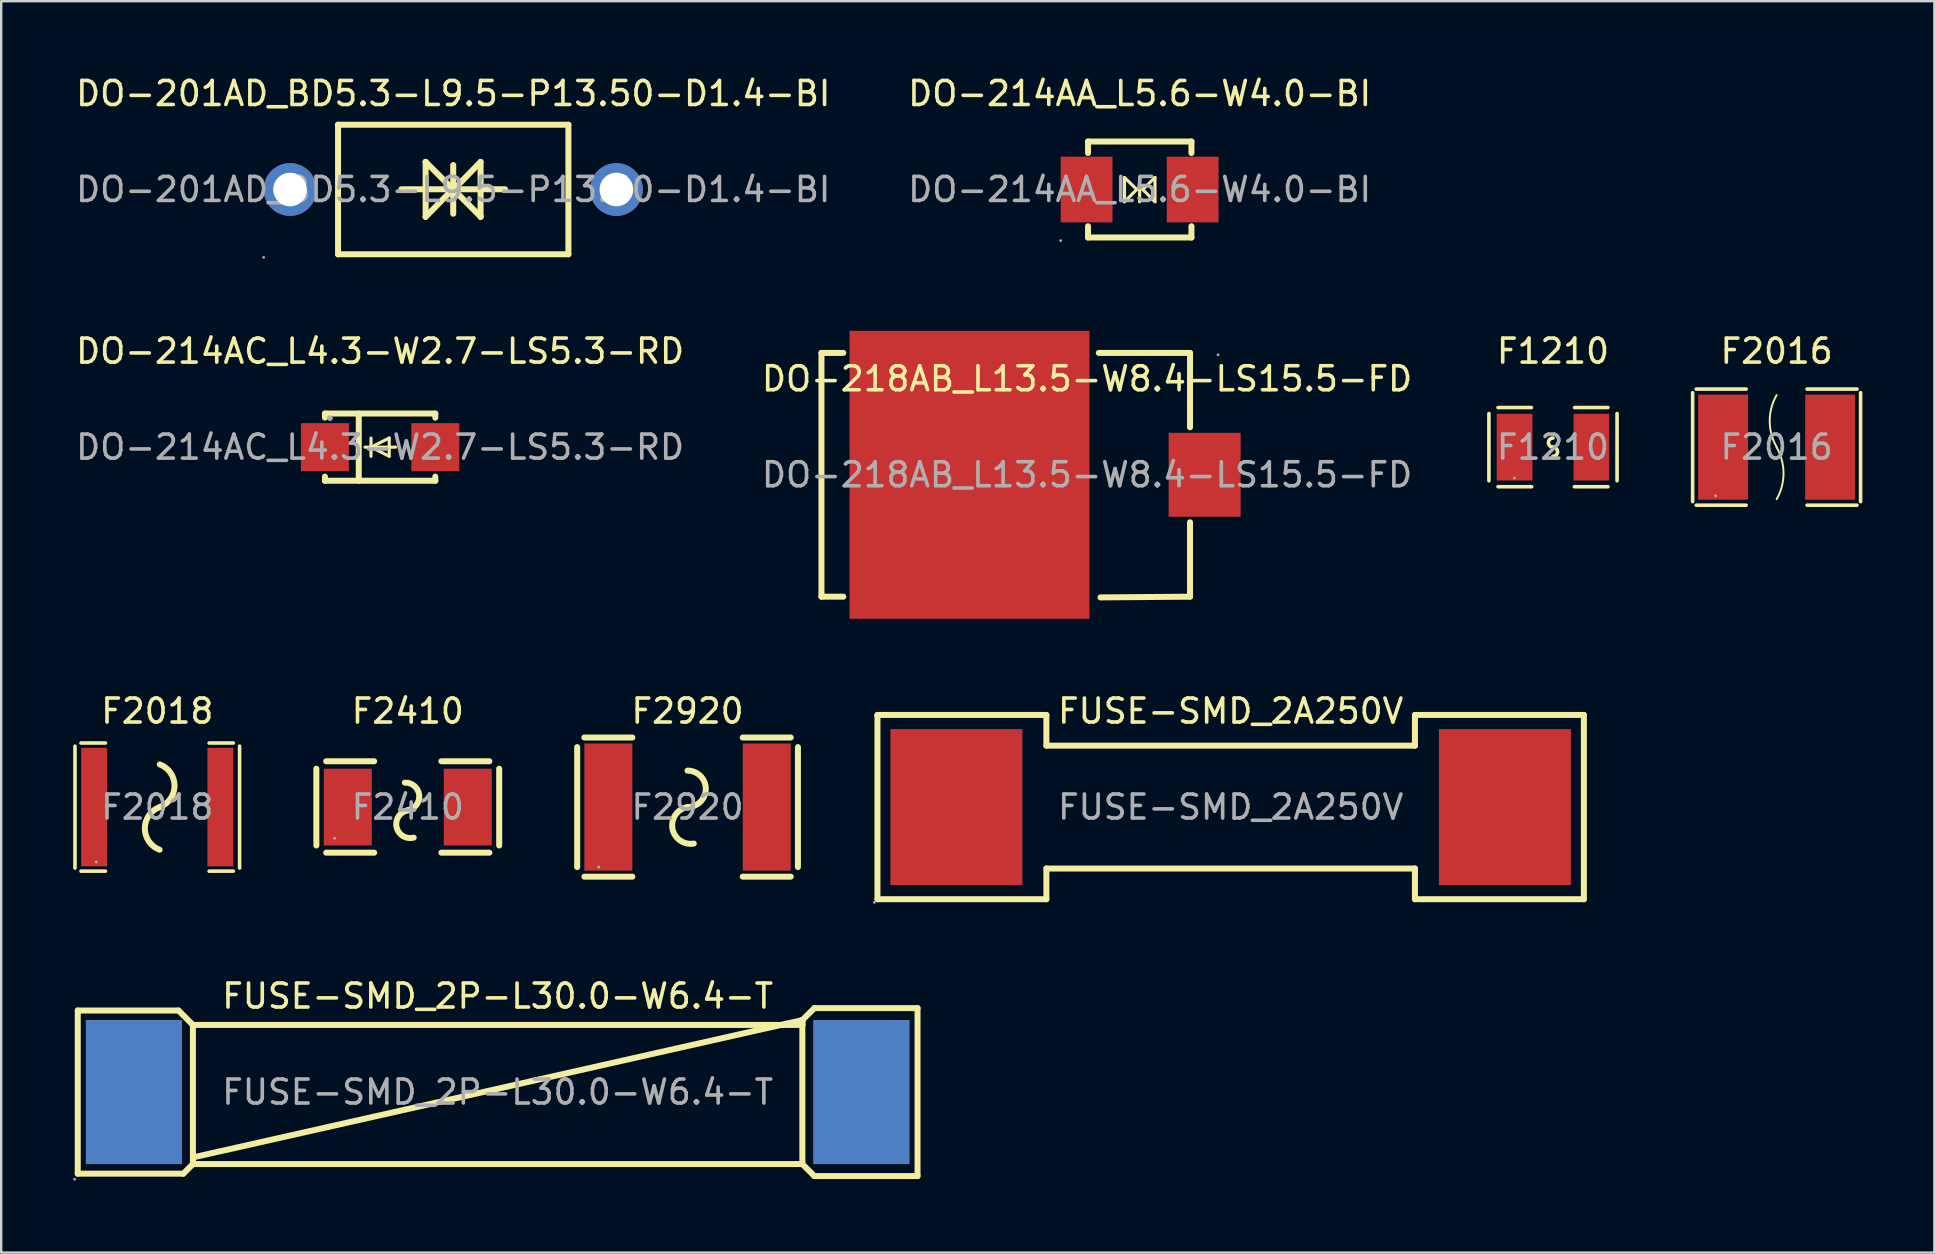
<source format=kicad_pcb>
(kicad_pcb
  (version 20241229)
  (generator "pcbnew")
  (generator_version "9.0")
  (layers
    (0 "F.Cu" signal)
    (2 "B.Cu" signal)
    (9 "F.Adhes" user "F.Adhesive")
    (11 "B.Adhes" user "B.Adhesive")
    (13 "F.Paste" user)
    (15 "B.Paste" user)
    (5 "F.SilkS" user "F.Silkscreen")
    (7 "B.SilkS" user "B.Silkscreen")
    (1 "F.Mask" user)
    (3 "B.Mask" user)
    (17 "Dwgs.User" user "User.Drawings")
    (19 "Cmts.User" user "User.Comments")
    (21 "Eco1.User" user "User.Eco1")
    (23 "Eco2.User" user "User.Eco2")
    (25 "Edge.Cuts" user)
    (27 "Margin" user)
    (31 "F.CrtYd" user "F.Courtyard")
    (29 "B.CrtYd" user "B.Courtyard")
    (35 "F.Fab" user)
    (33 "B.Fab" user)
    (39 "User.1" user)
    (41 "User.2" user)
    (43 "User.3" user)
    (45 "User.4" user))
  (footprint "DO-214AA_L5.6-W4.0-BI"
    (layer "F.Cu")
    (at 44.446 4.848)
    (property "Reference" "DO-214AA_L5.6-W4.0-BI" (at 0 -4 0) (layer "F.SilkS") (effects (font (size 1 1) (thickness 0.15))))
    (attr through_hole)
    (fp_line (start -2.15 -2) (end 2.16 -2) (stroke (width 0.25) (type solid)) (layer "F.SilkS"))
    (fp_line (start -2.15 -1.52) (end -2.15 -2) (stroke (width 0.25) (type solid)) (layer "F.SilkS"))
    (fp_line (start -2.15 1.53) (end -2.15 2) (stroke (width 0.25) (type solid)) (layer "F.SilkS"))
    (fp_line (start -2.15 2) (end 2.16 2) (stroke (width 0.25) (type solid)) (layer "F.SilkS"))
    (fp_line (start -0.63 -0.5) (end -0.12 0) (stroke (width 0.13) (type solid)) (layer "F.SilkS"))
    (fp_line (start -0.63 0.51) (end -0.63 -0.5) (stroke (width 0.13) (type solid)) (layer "F.SilkS"))
    (fp_line (start -0.12 0) (end -0.63 0.51) (stroke (width 0.13) (type solid)) (layer "F.SilkS"))
    (fp_line (start 0 0.51) (end 0 -0.5) (stroke (width 0.13) (type solid)) (layer "F.SilkS"))
    (fp_line (start 0.13 0) (end 0.64 -0.5) (stroke (width 0.13) (type solid)) (layer "F.SilkS"))
    (fp_line (start 0.64 -0.5) (end 0.64 0.51) (stroke (width 0.13) (type solid)) (layer "F.SilkS"))
    (fp_line (start 0.64 0.51) (end 0.13 0) (stroke (width 0.13) (type solid)) (layer "F.SilkS"))
    (fp_line (start 2.16 -2) (end 2.16 -1.52) (stroke (width 0.25) (type solid)) (layer "F.SilkS"))
    (fp_line (start 2.16 2) (end 2.16 1.53) (stroke (width 0.25) (type solid)) (layer "F.SilkS"))
    (fp_circle (center -3.29 2.13) (end -3.26 2.13) (stroke (width 0.06) (type solid)) (fill no) (layer "F.Fab"))
    (fp_text user "${REFERENCE}" (at 0 0 0) (layer "F.Fab") (effects (font (size 1 1) (thickness 0.15))))
    (pad "1" smd rect (at -2.21 0 180) (size 2.16 2.74) (layers "F.Cu" "F.Mask" "F.Paste"))
    (pad "2" smd rect (at 2.21 0 180) (size 2.16 2.74) (layers "F.Cu" "F.Mask" "F.Paste")))
  (footprint "DO-218AB_L13.5-W8.4-LS15.5-FD"
    (layer "F.Cu")
    (at 42.256 16.738)
    (property "Reference" "DO-218AB_L13.5-W8.4-LS15.5-FD" (at 0 -4 0) (layer "F.SilkS") (effects (font (size 1 1) (thickness 0.15))))
    (attr through_hole)
    (fp_line (start -11.07 -5.08) (end -10.16 -5.08) (stroke (width 0.25) (type solid)) (layer "F.SilkS"))
    (fp_line (start -11.07 5.08) (end -11.07 -5.08) (stroke (width 0.25) (type solid)) (layer "F.SilkS"))
    (fp_line (start -10.16 5.08) (end -11.07 5.08) (stroke (width 0.25) (type solid)) (layer "F.SilkS"))
    (fp_line (start 0.49 -5.08) (end 4.29 -5.08) (stroke (width 0.25) (type solid)) (layer "F.SilkS"))
    (fp_line (start 4.29 -5.08) (end 4.29 -1.98) (stroke (width 0.25) (type solid)) (layer "F.SilkS"))
    (fp_line (start 4.29 1.98) (end 4.29 5.08) (stroke (width 0.25) (type solid)) (layer "F.SilkS"))
    (fp_line (start 4.29 5.08) (end 0.56 5.11) (stroke (width 0.25) (type solid)) (layer "F.SilkS"))
    (fp_circle (center 5.46 -5) (end 5.49 -5) (stroke (width 0.06) (type solid)) (fill no) (layer "F.Fab"))
    (fp_text user "${REFERENCE}" (at 0 0 0) (layer "F.Fab") (effects (font (size 1 1) (thickness 0.15))))
    (pad "1" smd rect (at 4.9 0 90) (size 3.5 3) (layers "F.Cu" "F.Mask" "F.Paste"))
    (pad "2" smd rect (at -4.9 0 90) (size 12 10) (layers "F.Cu" "F.Mask" "F.Paste")))
  (footprint "F2410"
    (layer "F.Cu")
    (at 13.945 30.587)
    (property "Reference" "F2410" (at 0 -4 0) (layer "F.SilkS") (effects (font (size 1 1) (thickness 0.15))))
    (attr through_hole)
    (fp_line (start -3.81 -1.6) (end -3.81 1.6) (stroke (width 0.25) (type solid)) (layer "F.SilkS"))
    (fp_line (start -3.4 -1.91) (end -1.4 -1.91) (stroke (width 0.25) (type solid)) (layer "F.SilkS"))
    (fp_line (start -3.4 1.9) (end -1.4 1.9) (stroke (width 0.25) (type solid)) (layer "F.SilkS"))
    (fp_line (start 1.4 -1.91) (end 3.4 -1.91) (stroke (width 0.25) (type solid)) (layer "F.SilkS"))
    (fp_line (start 1.4 1.9) (end 3.4 1.9) (stroke (width 0.25) (type solid)) (layer "F.SilkS"))
    (fp_line (start 3.81 -1.6) (end 3.81 1.6) (stroke (width 0.25) (type solid)) (layer "F.SilkS"))
    (fp_arc (start -0.121919 -1.01829) (mid 0.475471 -0.5011) (end 0 0.13) (stroke (width 0.25) (type solid)) (layer "F.SilkS"))
    (fp_arc (start 0.247073 1.271845) (mid -0.477747 0.769236) (end 0.13 0.13) (stroke (width 0.25) (type solid)) (layer "F.SilkS"))
    (fp_circle (center -3.05 1.3) (end -3.02 1.3) (stroke (width 0.06) (type solid)) (fill no) (layer "F.Fab"))
    (fp_text user "${REFERENCE}" (at 0 0 0) (layer "F.Fab") (effects (font (size 1 1) (thickness 0.15))))
    (pad "1" smd rect (at -2.5 0) (size 2 3.2) (layers "F.Cu" "F.Mask" "F.Paste"))
    (pad "2" smd rect (at 2.5 0) (size 2 3.2) (layers "F.Cu" "F.Mask" "F.Paste")))
  (footprint "F2018"
    (layer "F.Cu")
    (at 3.505 30.587)
    (property "Reference" "F2018" (at 0 -4 0) (layer "F.SilkS") (effects (font (size 1 1) (thickness 0.15))))
    (attr through_hole)
    (fp_line (start -3.43 2.54) (end -3.43 -2.54) (stroke (width 0.15) (type solid)) (layer "F.SilkS"))
    (fp_line (start -3.18 2.67) (end -2.16 2.67) (stroke (width 0.15) (type solid)) (layer "F.SilkS"))
    (fp_line (start -2.16 -2.67) (end -3.18 -2.67) (stroke (width 0.15) (type solid)) (layer "F.SilkS"))
    (fp_line (start 2.16 2.67) (end 3.17 2.67) (stroke (width 0.15) (type solid)) (layer "F.SilkS"))
    (fp_line (start 3.17 -2.67) (end 2.16 -2.67) (stroke (width 0.15) (type solid)) (layer "F.SilkS"))
    (fp_line (start 3.43 -2.54) (end 3.43 2.54) (stroke (width 0.15) (type solid)) (layer "F.SilkS"))
    (fp_arc (start 0.096092 1.778541) (mid -0.519208 0.887914) (end 0.1 0) (stroke (width 0.25) (type solid)) (layer "F.SilkS"))
    (fp_arc (start 0.103908 -1.778541) (mid 0.719208 -0.887914) (end 0.1 0) (stroke (width 0.25) (type solid)) (layer "F.SilkS"))
    (fp_circle (center -2.54 2.29) (end -2.51 2.29) (stroke (width 0.06) (type solid)) (fill no) (layer "F.Fab"))
    (fp_text user "${REFERENCE}" (at 0 0 0) (layer "F.Fab") (effects (font (size 1 1) (thickness 0.15))))
    (pad "1" smd rect (at -2.63 0) (size 1.08 4.94) (layers "F.Cu" "F.Mask" "F.Paste"))
    (pad "2" smd rect (at 2.63 0) (size 1.08 4.94) (layers "F.Cu" "F.Mask" "F.Paste")))
  (footprint "DO-214AC_L4.3-W2.7-LS5.3-RD"
    (layer "F.Cu")
    (at 12.792 15.586)
    (property "Reference" "DO-214AC_L4.3-W2.7-LS5.3-RD" (at 0 -4 0) (layer "F.SilkS") (effects (font (size 1 1) (thickness 0.15))))
    (attr through_hole)
    (fp_line (start -2.3 -1.4) (end -2.3 -1.23) (stroke (width 0.25) (type solid)) (layer "F.SilkS"))
    (fp_line (start -2.3 -1.4) (end 2.3 -1.4) (stroke (width 0.25) (type solid)) (layer "F.SilkS"))
    (fp_line (start -2.3 1.23) (end -2.3 1.4) (stroke (width 0.25) (type solid)) (layer "F.SilkS"))
    (fp_line (start -2.3 1.4) (end 2.3 1.4) (stroke (width 0.25) (type solid)) (layer "F.SilkS"))
    (fp_line (start -0.89 1.4) (end -0.89 -1.4) (stroke (width 0.25) (type solid)) (layer "F.SilkS"))
    (fp_line (start -0.38 0) (end -0.38 -0.38) (stroke (width 0.13) (type solid)) (layer "F.SilkS"))
    (fp_line (start -0.38 0) (end -0.38 0.38) (stroke (width 0.13) (type solid)) (layer "F.SilkS"))
    (fp_line (start 0.38 -0.38) (end -0.38 0) (stroke (width 0.13) (type solid)) (layer "F.SilkS"))
    (fp_line (start 0.38 0) (end 0.38 -0.38) (stroke (width 0.13) (type solid)) (layer "F.SilkS"))
    (fp_line (start 0.38 0) (end 0.38 0.38) (stroke (width 0.13) (type solid)) (layer "F.SilkS"))
    (fp_line (start 0.38 0.38) (end -0.38 0) (stroke (width 0.13) (type solid)) (layer "F.SilkS"))
    (fp_line (start 0.64 0) (end -0.63 0) (stroke (width 0.13) (type solid)) (layer "F.SilkS"))
    (fp_line (start 2.3 -1.4) (end 2.3 -1.23) (stroke (width 0.25) (type solid)) (layer "F.SilkS"))
    (fp_line (start 2.3 1.23) (end 2.3 1.4) (stroke (width 0.25) (type solid)) (layer "F.SilkS"))
    (fp_circle (center -2.09 -1.21) (end -2.03 -1.21) (stroke (width 0.12) (type solid)) (fill no) (layer "F.Fab"))
    (fp_text user "${REFERENCE}" (at 0 0 0) (layer "F.Fab") (effects (font (size 1 1) (thickness 0.15))))
    (pad "1" smd rect (at -2.3 0 180) (size 2 2) (layers "F.Cu" "F.Mask" "F.Paste"))
    (pad "2" smd rect (at 2.3 0 180) (size 2 2) (layers "F.Cu" "F.Mask" "F.Paste")))
  (footprint "F2016"
    (layer "F.Cu")
    (at 70.994 15.586)
    (property "Reference" "F2016" (at 0 -4 0) (layer "F.SilkS") (effects (font (size 1 1) (thickness 0.15))))
    (attr through_hole)
    (fp_line (start -3.5 -2.27) (end -3.5 2.27) (stroke (width 0.15) (type solid)) (layer "F.SilkS"))
    (fp_line (start -3.35 2.42) (end -1.27 2.42) (stroke (width 0.15) (type solid)) (layer "F.SilkS"))
    (fp_line (start -1.27 -2.42) (end -3.35 -2.42) (stroke (width 0.15) (type solid)) (layer "F.SilkS"))
    (fp_line (start 1.27 -2.42) (end 3.35 -2.42) (stroke (width 0.15) (type solid)) (layer "F.SilkS"))
    (fp_line (start 3.35 2.42) (end 1.27 2.42) (stroke (width 0.15) (type solid)) (layer "F.SilkS"))
    (fp_line (start 3.5 -2.27) (end 3.5 2.27) (stroke (width 0.15) (type solid)) (layer "F.SilkS"))
    (fp_arc (start -0.004693 0.001872) (mid 0.288128 1.085307) (end 0 2.17) (stroke (width 0.08) (type solid)) (layer "F.SilkS"))
    (fp_arc (start 0.004693 -0.001872) (mid -0.288128 -1.085307) (end 0 -2.17) (stroke (width 0.08) (type solid)) (layer "F.SilkS"))
    (fp_circle (center -2.54 2.03) (end -2.51 2.03) (stroke (width 0.06) (type solid)) (fill no) (layer "F.Fab"))
    (fp_text user "${REFERENCE}" (at 0 0 0) (layer "F.Fab") (effects (font (size 1 1) (thickness 0.15))))
    (pad "1" smd rect (at -2.23 0) (size 2.08 4.38) (layers "F.Cu" "F.Mask" "F.Paste"))
    (pad "2" smd rect (at 2.23 0) (size 2.08 4.38) (layers "F.Cu" "F.Mask" "F.Paste")))
  (footprint "F2920"
    (layer "F.Cu")
    (at 25.605 30.587)
    (property "Reference" "F2920" (at 0 -4 0) (layer "F.SilkS") (effects (font (size 1 1) (thickness 0.15))))
    (attr through_hole)
    (fp_line (start -4.6 -2.5) (end -4.6 2.5) (stroke (width 0.25) (type solid)) (layer "F.SilkS"))
    (fp_line (start -4.3 -2.9) (end -2.3 -2.9) (stroke (width 0.25) (type solid)) (layer "F.SilkS"))
    (fp_line (start -4.3 2.9) (end -2.3 2.9) (stroke (width 0.25) (type solid)) (layer "F.SilkS"))
    (fp_line (start 2.3 -2.9) (end 4.3 -2.9) (stroke (width 0.25) (type solid)) (layer "F.SilkS"))
    (fp_line (start 2.3 2.9) (end 4.3 2.9) (stroke (width 0.25) (type solid)) (layer "F.SilkS"))
    (fp_line (start 4.6 -2.5) (end 4.6 2.5) (stroke (width 0.25) (type solid)) (layer "F.SilkS"))
    (fp_arc (start 0 -1.52) (mid 0.76 -0.76) (end 0 0) (stroke (width 0.25) (type solid)) (layer "F.SilkS"))
    (fp_arc (start 0.26 1.52) (mid -0.63 0.89) (end 0 0) (stroke (width 0.25) (type solid)) (layer "F.SilkS"))
    (fp_circle (center -3.7 2.5) (end -3.67 2.5) (stroke (width 0.06) (type solid)) (fill no) (layer "F.Fab"))
    (fp_text user "${REFERENCE}" (at 0 0 0) (layer "F.Fab") (effects (font (size 1 1) (thickness 0.15))))
    (pad "1" smd rect (at -3.3 0) (size 2 5.3) (layers "F.Cu" "F.Mask" "F.Paste"))
    (pad "2" smd rect (at 3.3 0) (size 2 5.3) (layers "F.Cu" "F.Mask" "F.Paste")))
  (footprint "FUSE-SMD_2P-L30.0-W6.4-T"
    (layer "F.Cu")
    (at 17.69 42.465)
    (property "Reference" "FUSE-SMD_2P-L30.0-W6.4-T" (at 0 -4 0) (layer "F.SilkS") (effects (font (size 1 1) (thickness 0.15))))
    (attr through_hole)
    (fp_line (start -17.5 -3.4) (end -13.3 -3.4) (stroke (width 0.25) (type solid)) (layer "F.SilkS"))
    (fp_line (start -17.5 3.4) (end -17.5 -3.4) (stroke (width 0.25) (type solid)) (layer "F.SilkS"))
    (fp_line (start -13.3 -3.4) (end -12.7 -2.8) (stroke (width 0.25) (type solid)) (layer "F.SilkS"))
    (fp_line (start -13.1 3.4) (end -17.5 3.4) (stroke (width 0.25) (type solid)) (layer "F.SilkS"))
    (fp_line (start -12.7 -2.8) (end -12.7 3) (stroke (width 0.25) (type solid)) (layer "F.SilkS"))
    (fp_line (start -12.7 -2.8) (end 12.7 -2.8) (stroke (width 0.25) (type solid)) (layer "F.SilkS"))
    (fp_line (start -12.7 3) (end -13.1 3.4) (stroke (width 0.25) (type solid)) (layer "F.SilkS"))
    (fp_line (start 12.7 -3) (end -12.6 2.7) (stroke (width 0.25) (type solid)) (layer "F.SilkS"))
    (fp_line (start 12.7 -3) (end 12.7 3) (stroke (width 0.25) (type solid)) (layer "F.SilkS"))
    (fp_line (start 12.7 -3) (end 13.2 -3.5) (stroke (width 0.25) (type solid)) (layer "F.SilkS"))
    (fp_line (start 12.7 -2.8) (end 12.7 -3) (stroke (width 0.25) (type solid)) (layer "F.SilkS"))
    (fp_line (start 12.7 3) (end -12.7 3) (stroke (width 0.25) (type solid)) (layer "F.SilkS"))
    (fp_line (start 13.2 -3.5) (end 17.5 -3.5) (stroke (width 0.25) (type solid)) (layer "F.SilkS"))
    (fp_line (start 13.2 3.5) (end 12.7 3) (stroke (width 0.25) (type solid)) (layer "F.SilkS"))
    (fp_line (start 17.5 -3.5) (end 17.5 3.5) (stroke (width 0.25) (type solid)) (layer "F.SilkS"))
    (fp_line (start 17.5 3.5) (end 13.2 3.5) (stroke (width 0.25) (type solid)) (layer "F.SilkS"))
    (fp_circle (center -17.63 3.63) (end -17.6 3.63) (stroke (width 0.06) (type solid)) (fill no) (layer "F.Fab"))
    (fp_text user "${REFERENCE}" (at 0 0 0) (layer "F.Fab") (effects (font (size 1 1) (thickness 0.15))))
    (pad "1" thru_hole rect (at -15.16 0) (size 4 6) (drill 0.001) (layers "F.Cu" "F.Mask" "F.Paste"))
    (pad "2" thru_hole rect (at 15.16 0) (size 4 6) (drill 0.001) (layers "F.Cu" "F.Mask" "F.Paste")))
  (footprint "F1210"
    (layer "F.Cu")
    (at 61.674 15.586)
    (property "Reference" "F1210" (at 0 -4 0) (layer "F.SilkS") (effects (font (size 1 1) (thickness 0.15))))
    (attr through_hole)
    (fp_line (start -2.67 -1.4) (end -2.67 1.4) (stroke (width 0.15) (type solid)) (layer "F.SilkS"))
    (fp_line (start -2.29 -1.65) (end -0.9 -1.65) (stroke (width 0.15) (type solid)) (layer "F.SilkS"))
    (fp_line (start -0.89 1.65) (end -2.29 1.65) (stroke (width 0.15) (type solid)) (layer "F.SilkS"))
    (fp_line (start 0.89 1.65) (end 2.29 1.65) (stroke (width 0.15) (type solid)) (layer "F.SilkS"))
    (fp_line (start 2.29 -1.65) (end 0.9 -1.65) (stroke (width 0.15) (type solid)) (layer "F.SilkS"))
    (fp_line (start 2.67 -1.4) (end 2.67 1.4) (stroke (width 0.15) (type solid)) (layer "F.SilkS"))
    (fp_arc (start 0 0) (mid -0.19 -0.19) (end 0 -0.38) (stroke (width 0.15) (type solid)) (layer "F.SilkS"))
    (fp_arc (start 0 0) (mid 0.19 0.19) (end 0 0.38) (stroke (width 0.15) (type solid)) (layer "F.SilkS"))
    (fp_circle (center -1.61 1.29) (end -1.58 1.29) (stroke (width 0.06) (type solid)) (fill no) (layer "F.Fab"))
    (fp_text user "${REFERENCE}" (at 0 0 0) (layer "F.Fab") (effects (font (size 1 1) (thickness 0.15))))
    (pad "1" smd rect (at -1.6 0) (size 1.49 2.78) (layers "F.Cu" "F.Mask" "F.Paste"))
    (pad "2" smd rect (at 1.6 0) (size 1.49 2.78) (layers "F.Cu" "F.Mask" "F.Paste")))
  (footprint "FUSE-SMD_2A250V"
    (layer "F.Cu")
    (at 48.24 30.587)
    (property "Reference" "FUSE-SMD_2A250V" (at 0 -4 0) (layer "F.SilkS") (effects (font (size 1 1) (thickness 0.15))))
    (attr through_hole)
    (fp_line (start -14.72 -3.84) (end -7.68 -3.84) (stroke (width 0.25) (type solid)) (layer "F.SilkS"))
    (fp_line (start -14.72 -3.81) (end -14.72 -3.84) (stroke (width 0.25) (type solid)) (layer "F.SilkS"))
    (fp_line (start -14.72 3.84) (end -14.72 -3.81) (stroke (width 0.25) (type solid)) (layer "F.SilkS"))
    (fp_line (start -7.68 -3.84) (end -7.68 -2.56) (stroke (width 0.25) (type solid)) (layer "F.SilkS"))
    (fp_line (start -7.68 -2.56) (end 7.68 -2.56) (stroke (width 0.25) (type solid)) (layer "F.SilkS"))
    (fp_line (start -7.68 2.56) (end -7.68 3.84) (stroke (width 0.25) (type solid)) (layer "F.SilkS"))
    (fp_line (start -7.68 3.84) (end -14.72 3.84) (stroke (width 0.25) (type solid)) (layer "F.SilkS"))
    (fp_line (start 7.68 -3.84) (end 14.72 -3.84) (stroke (width 0.25) (type solid)) (layer "F.SilkS"))
    (fp_line (start 7.68 -2.56) (end 7.68 -3.84) (stroke (width 0.25) (type solid)) (layer "F.SilkS"))
    (fp_line (start 7.68 2.56) (end -7.68 2.56) (stroke (width 0.25) (type solid)) (layer "F.SilkS"))
    (fp_line (start 7.68 3.84) (end 7.68 2.56) (stroke (width 0.25) (type solid)) (layer "F.SilkS"))
    (fp_line (start 14.72 -3.84) (end 14.72 3.84) (stroke (width 0.25) (type solid)) (layer "F.SilkS"))
    (fp_line (start 14.72 3.84) (end 7.68 3.84) (stroke (width 0.25) (type solid)) (layer "F.SilkS"))
    (fp_circle (center -14.85 3.97) (end -14.82 3.97) (stroke (width 0.06) (type solid)) (fill no) (layer "F.Fab"))
    (fp_text user "${REFERENCE}" (at 0 0 0) (layer "F.Fab") (effects (font (size 1 1) (thickness 0.15))))
    (pad "1" smd rect (at -11.43 0 270) (size 6.5 5.5) (layers "F.Cu" "F.Mask" "F.Paste"))
    (pad "2" smd rect (at 11.43 0 270) (size 6.5 5.5) (layers "F.Cu" "F.Mask" "F.Paste")))
  (footprint "DO-201AD_BD5.3-L9.5-P13.50-D1.4-BI"
    (layer "F.Cu")
    (at 15.839 4.848)
    (property "Reference" "DO-201AD_BD5.3-L9.5-P13.50-D1.4-BI" (at 0 -4 0) (layer "F.SilkS") (effects (font (size 1 1) (thickness 0.15))))
    (attr through_hole)
    (fp_line (start -4.8 -2.7) (end -4.8 2.7) (stroke (width 0.25) (type solid)) (layer "F.SilkS"))
    (fp_line (start -4.8 -2.7) (end 4.8 -2.7) (stroke (width 0.25) (type solid)) (layer "F.SilkS"))
    (fp_line (start -2.16 -0.01) (end 2.16 -0.01) (stroke (width 0.25) (type solid)) (layer "F.SilkS"))
    (fp_line (start -1.15 -1.15) (end -1.15 -1.15) (stroke (width 0.25) (type solid)) (layer "F.SilkS"))
    (fp_line (start -1.15 -1.15) (end -1.15 1.14) (stroke (width 0.25) (type solid)) (layer "F.SilkS"))
    (fp_line (start 0 -1.02) (end 0 1.01) (stroke (width 0.25) (type solid)) (layer "F.SilkS"))
    (fp_line (start 0 -0.03) (end -1.15 1.14) (stroke (width 0.25) (type solid)) (layer "F.SilkS"))
    (fp_line (start 0 -0.01) (end 1.14 1.13) (stroke (width 0.25) (type solid)) (layer "F.SilkS"))
    (fp_line (start 0 0) (end -1.15 -1.15) (stroke (width 0.25) (type solid)) (layer "F.SilkS"))
    (fp_line (start 0 0.02) (end 1.14 -1.15) (stroke (width 0.25) (type solid)) (layer "F.SilkS"))
    (fp_line (start 1.14 1.13) (end 1.14 1.14) (stroke (width 0.25) (type solid)) (layer "F.SilkS"))
    (fp_line (start 1.14 1.14) (end 1.14 -1.15) (stroke (width 0.25) (type solid)) (layer "F.SilkS"))
    (fp_line (start 4.8 -2.7) (end 4.8 2.7) (stroke (width 0.25) (type solid)) (layer "F.SilkS"))
    (fp_line (start 4.8 2.7) (end -4.8 2.7) (stroke (width 0.25) (type solid)) (layer "F.SilkS"))
    (fp_circle (center -7.9 2.83) (end -7.87 2.83) (stroke (width 0.06) (type solid)) (fill no) (layer "F.Fab"))
    (fp_circle (center -6.8 0) (end -6.5 0) (stroke (width 0.6) (type solid)) (fill no) (layer "F.Fab"))
    (fp_circle (center 6.8 0) (end 7.1 0) (stroke (width 0.6) (type solid)) (fill no) (layer "F.Fab"))
    (fp_text user "${REFERENCE}" (at 0 0 0) (layer "F.Fab") (effects (font (size 1 1) (thickness 0.15))))
    (pad "1" thru_hole circle (at -6.8 0 180) (size 2.2 2.2) (drill 1.4) (layers "*.Cu" "*.Paste" "*.Mask"))
    (pad "2" thru_hole circle (at 6.8 0 180) (size 2.2 2.2) (drill 1.4) (layers "*.Cu" "*.Paste" "*.Mask")))
  (gr_rect
    (start -3 -3)
    (end 77.569 49.155)
    (stroke (width 0.1) (type default))
    (fill no)
    (layer "Edge.Cuts")))
</source>
